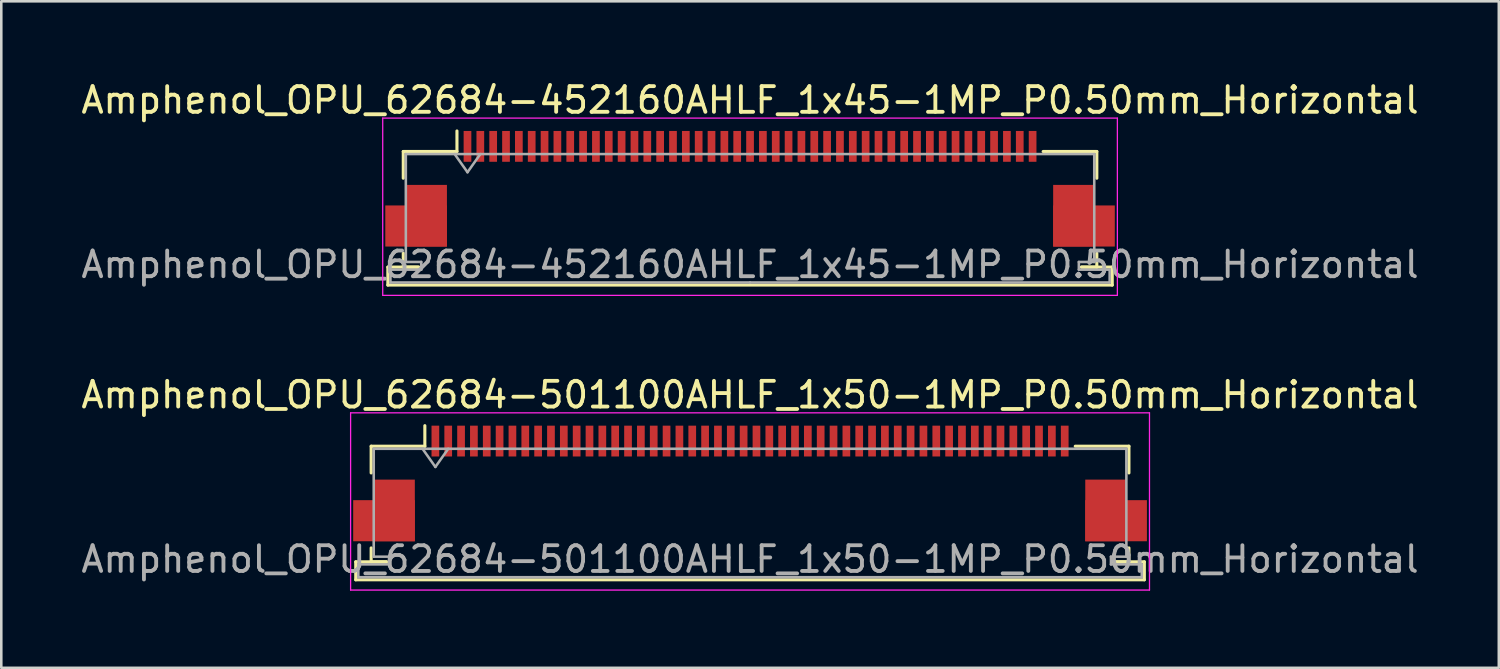
<source format=kicad_pcb>
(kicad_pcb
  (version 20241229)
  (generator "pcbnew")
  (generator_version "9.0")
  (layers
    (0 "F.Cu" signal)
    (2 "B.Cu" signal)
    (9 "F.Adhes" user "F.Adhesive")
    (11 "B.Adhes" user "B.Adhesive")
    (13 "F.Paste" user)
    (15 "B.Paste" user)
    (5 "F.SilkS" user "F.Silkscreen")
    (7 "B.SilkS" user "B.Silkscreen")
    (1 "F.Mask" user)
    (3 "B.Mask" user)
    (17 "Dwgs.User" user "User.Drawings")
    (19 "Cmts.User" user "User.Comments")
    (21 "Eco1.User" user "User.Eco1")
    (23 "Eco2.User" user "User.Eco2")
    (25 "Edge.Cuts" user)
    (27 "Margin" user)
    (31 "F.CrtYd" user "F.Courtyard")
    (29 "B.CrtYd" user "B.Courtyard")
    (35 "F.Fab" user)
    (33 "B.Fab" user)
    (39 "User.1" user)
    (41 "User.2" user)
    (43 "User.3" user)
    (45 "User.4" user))
  (footprint "Amphenol_OPU_62684-452160AHLF_1x45-1MP_P0.50mm_Horizontal"
    (layer "F.Cu")
    (at 26.149 4.298)
    (property "Reference" "Amphenol_OPU_62684-452160AHLF_1x45-1MP_P0.50mm_Horizontal" (at 0 -3.45 0) (layer "F.SilkS") (effects (font (size 1 1) (thickness 0.15))))
    (attr smd)
    (fp_line (start -14.1 3.05) (end -14.1 3.75) (stroke (width 0.12) (type solid)) (layer "F.SilkS"))
    (fp_line (start -14.1 3.75) (end 14.1 3.75) (stroke (width 0.12) (type solid)) (layer "F.SilkS"))
    (fp_line (start -13.5 -1.45) (end -13.5 -0.41) (stroke (width 0.12) (type solid)) (layer "F.SilkS"))
    (fp_line (start -13.5 2.51) (end -13.5 3.05) (stroke (width 0.12) (type solid)) (layer "F.SilkS"))
    (fp_line (start -13.5 3.05) (end -12.9 3.05) (stroke (width 0.12) (type solid)) (layer "F.SilkS"))
    (fp_line (start -12.9 3.05) (end -14.1 3.05) (stroke (width 0.12) (type solid)) (layer "F.SilkS"))
    (fp_line (start -11.41 -1.45) (end -13.5 -1.45) (stroke (width 0.12) (type solid)) (layer "F.SilkS"))
    (fp_line (start -11.41 -1.45) (end -11.41 -2.25) (stroke (width 0.12) (type solid)) (layer "F.SilkS"))
    (fp_line (start 11.41 -1.45) (end 13.5 -1.45) (stroke (width 0.12) (type solid)) (layer "F.SilkS"))
    (fp_line (start 12.9 3.05) (end 13.5 3.05) (stroke (width 0.12) (type solid)) (layer "F.SilkS"))
    (fp_line (start 13.5 -1.45) (end 13.5 -0.41) (stroke (width 0.12) (type solid)) (layer "F.SilkS"))
    (fp_line (start 13.5 3.05) (end 13.5 2.51) (stroke (width 0.12) (type solid)) (layer "F.SilkS"))
    (fp_line (start 14.1 3.05) (end 12.9 3.05) (stroke (width 0.12) (type solid)) (layer "F.SilkS"))
    (fp_line (start 14.1 3.75) (end 14.1 3.05) (stroke (width 0.12) (type solid)) (layer "F.SilkS"))
    (fp_line (start -14.3 -2.75) (end -14.3 4.15) (stroke (width 0.05) (type solid)) (layer "F.CrtYd"))
    (fp_line (start -14.3 4.15) (end 14.3 4.15) (stroke (width 0.05) (type solid)) (layer "F.CrtYd"))
    (fp_line (start 14.3 -2.75) (end -14.3 -2.75) (stroke (width 0.05) (type solid)) (layer "F.CrtYd"))
    (fp_line (start 14.3 4.15) (end 14.3 -2.75) (stroke (width 0.05) (type solid)) (layer "F.CrtYd"))
    (fp_line (start -14 3.15) (end -14 3.65) (stroke (width 0.1) (type solid)) (layer "F.Fab"))
    (fp_line (start -14 3.65) (end 0 3.65) (stroke (width 0.1) (type solid)) (layer "F.Fab"))
    (fp_line (start -13.4 -1.35) (end -13.4 2.85) (stroke (width 0.1) (type solid)) (layer "F.Fab"))
    (fp_line (start -13.4 2.85) (end -12.8 2.85) (stroke (width 0.1) (type solid)) (layer "F.Fab"))
    (fp_line (start -12.8 2.85) (end -12.8 3.15) (stroke (width 0.1) (type solid)) (layer "F.Fab"))
    (fp_line (start -12.8 3.15) (end -14 3.15) (stroke (width 0.1) (type solid)) (layer "F.Fab"))
    (fp_line (start -11.5 -1.35) (end -11 -0.643) (stroke (width 0.1) (type solid)) (layer "F.Fab"))
    (fp_line (start -11 -0.643) (end -10.5 -1.35) (stroke (width 0.1) (type solid)) (layer "F.Fab"))
    (fp_line (start 0 -1.35) (end -13.4 -1.35) (stroke (width 0.1) (type solid)) (layer "F.Fab"))
    (fp_line (start 0 -1.35) (end 13.4 -1.35) (stroke (width 0.1) (type solid)) (layer "F.Fab"))
    (fp_line (start 12.8 2.85) (end 12.8 3.15) (stroke (width 0.1) (type solid)) (layer "F.Fab"))
    (fp_line (start 12.8 3.15) (end 14 3.15) (stroke (width 0.1) (type solid)) (layer "F.Fab"))
    (fp_line (start 13.4 -1.35) (end 13.4 2.85) (stroke (width 0.1) (type solid)) (layer "F.Fab"))
    (fp_line (start 13.4 2.85) (end 12.8 2.85) (stroke (width 0.1) (type solid)) (layer "F.Fab"))
    (fp_line (start 14 3.15) (end 14 3.65) (stroke (width 0.1) (type solid)) (layer "F.Fab"))
    (fp_line (start 14 3.65) (end 0 3.65) (stroke (width 0.1) (type solid)) (layer "F.Fab"))
    (fp_text user "${REFERENCE}" (at 0 2.95 0) (layer "F.Fab") (effects (font (size 1 1) (thickness 0.15))))
    (pad "1" smd rect (at -11 -1.65) (size 0.3 1.2) (layers "F.Cu" "F.Mask" "F.Paste"))
    (pad "2" smd rect (at -10.5 -1.65) (size 0.3 1.2) (layers "F.Cu" "F.Mask" "F.Paste"))
    (pad "3" smd rect (at -10 -1.65) (size 0.3 1.2) (layers "F.Cu" "F.Mask" "F.Paste"))
    (pad "4" smd rect (at -9.5 -1.65) (size 0.3 1.2) (layers "F.Cu" "F.Mask" "F.Paste"))
    (pad "5" smd rect (at -9 -1.65) (size 0.3 1.2) (layers "F.Cu" "F.Mask" "F.Paste"))
    (pad "6" smd rect (at -8.5 -1.65) (size 0.3 1.2) (layers "F.Cu" "F.Mask" "F.Paste"))
    (pad "7" smd rect (at -8 -1.65) (size 0.3 1.2) (layers "F.Cu" "F.Mask" "F.Paste"))
    (pad "8" smd rect (at -7.5 -1.65) (size 0.3 1.2) (layers "F.Cu" "F.Mask" "F.Paste"))
    (pad "9" smd rect (at -7 -1.65) (size 0.3 1.2) (layers "F.Cu" "F.Mask" "F.Paste"))
    (pad "10" smd rect (at -6.5 -1.65) (size 0.3 1.2) (layers "F.Cu" "F.Mask" "F.Paste"))
    (pad "11" smd rect (at -6 -1.65) (size 0.3 1.2) (layers "F.Cu" "F.Mask" "F.Paste"))
    (pad "12" smd rect (at -5.5 -1.65) (size 0.3 1.2) (layers "F.Cu" "F.Mask" "F.Paste"))
    (pad "13" smd rect (at -5 -1.65) (size 0.3 1.2) (layers "F.Cu" "F.Mask" "F.Paste"))
    (pad "14" smd rect (at -4.5 -1.65) (size 0.3 1.2) (layers "F.Cu" "F.Mask" "F.Paste"))
    (pad "15" smd rect (at -4 -1.65) (size 0.3 1.2) (layers "F.Cu" "F.Mask" "F.Paste"))
    (pad "16" smd rect (at -3.5 -1.65) (size 0.3 1.2) (layers "F.Cu" "F.Mask" "F.Paste"))
    (pad "17" smd rect (at -3 -1.65) (size 0.3 1.2) (layers "F.Cu" "F.Mask" "F.Paste"))
    (pad "18" smd rect (at -2.5 -1.65) (size 0.3 1.2) (layers "F.Cu" "F.Mask" "F.Paste"))
    (pad "19" smd rect (at -2 -1.65) (size 0.3 1.2) (layers "F.Cu" "F.Mask" "F.Paste"))
    (pad "20" smd rect (at -1.5 -1.65) (size 0.3 1.2) (layers "F.Cu" "F.Mask" "F.Paste"))
    (pad "21" smd rect (at -1 -1.65) (size 0.3 1.2) (layers "F.Cu" "F.Mask" "F.Paste"))
    (pad "22" smd rect (at -0.5 -1.65) (size 0.3 1.2) (layers "F.Cu" "F.Mask" "F.Paste"))
    (pad "23" smd rect (at 0 -1.65) (size 0.3 1.2) (layers "F.Cu" "F.Mask" "F.Paste"))
    (pad "24" smd rect (at 0.5 -1.65) (size 0.3 1.2) (layers "F.Cu" "F.Mask" "F.Paste"))
    (pad "25" smd rect (at 1 -1.65) (size 0.3 1.2) (layers "F.Cu" "F.Mask" "F.Paste"))
    (pad "26" smd rect (at 1.5 -1.65) (size 0.3 1.2) (layers "F.Cu" "F.Mask" "F.Paste"))
    (pad "27" smd rect (at 2 -1.65) (size 0.3 1.2) (layers "F.Cu" "F.Mask" "F.Paste"))
    (pad "28" smd rect (at 2.5 -1.65) (size 0.3 1.2) (layers "F.Cu" "F.Mask" "F.Paste"))
    (pad "29" smd rect (at 3 -1.65) (size 0.3 1.2) (layers "F.Cu" "F.Mask" "F.Paste"))
    (pad "30" smd rect (at 3.5 -1.65) (size 0.3 1.2) (layers "F.Cu" "F.Mask" "F.Paste"))
    (pad "31" smd rect (at 4 -1.65) (size 0.3 1.2) (layers "F.Cu" "F.Mask" "F.Paste"))
    (pad "32" smd rect (at 4.5 -1.65) (size 0.3 1.2) (layers "F.Cu" "F.Mask" "F.Paste"))
    (pad "33" smd rect (at 5 -1.65) (size 0.3 1.2) (layers "F.Cu" "F.Mask" "F.Paste"))
    (pad "34" smd rect (at 5.5 -1.65) (size 0.3 1.2) (layers "F.Cu" "F.Mask" "F.Paste"))
    (pad "35" smd rect (at 6 -1.65) (size 0.3 1.2) (layers "F.Cu" "F.Mask" "F.Paste"))
    (pad "36" smd rect (at 6.5 -1.65) (size 0.3 1.2) (layers "F.Cu" "F.Mask" "F.Paste"))
    (pad "37" smd rect (at 7 -1.65) (size 0.3 1.2) (layers "F.Cu" "F.Mask" "F.Paste"))
    (pad "38" smd rect (at 7.5 -1.65) (size 0.3 1.2) (layers "F.Cu" "F.Mask" "F.Paste"))
    (pad "39" smd rect (at 8 -1.65) (size 0.3 1.2) (layers "F.Cu" "F.Mask" "F.Paste"))
    (pad "40" smd rect (at 8.5 -1.65) (size 0.3 1.2) (layers "F.Cu" "F.Mask" "F.Paste"))
    (pad "41" smd rect (at 9 -1.65) (size 0.3 1.2) (layers "F.Cu" "F.Mask" "F.Paste"))
    (pad "42" smd rect (at 9.5 -1.65) (size 0.3 1.2) (layers "F.Cu" "F.Mask" "F.Paste"))
    (pad "43" smd rect (at 10 -1.65) (size 0.3 1.2) (layers "F.Cu" "F.Mask" "F.Paste"))
    (pad "44" smd rect (at 10.5 -1.65) (size 0.3 1.2) (layers "F.Cu" "F.Mask" "F.Paste"))
    (pad "45" smd rect (at 11 -1.65) (size 0.3 1.2) (layers "F.Cu" "F.Mask" "F.Paste"))
    (pad "MP" smd rect (at -13 1.45) (size 2.4 1.6) (layers "F.Cu" "F.Mask" "F.Paste"))
    (pad "MP" smd rect (at -12.6 1.05) (size 1.6 2.4) (layers "F.Cu" "F.Mask" "F.Paste"))
    (pad "MP" smd rect (at 12.6 1.05) (size 1.6 2.4) (layers "F.Cu" "F.Mask" "F.Paste"))
    (pad "MP" smd rect (at 13 1.45) (size 2.4 1.6) (layers "F.Cu" "F.Mask" "F.Paste")))
  (footprint "Amphenol_OPU_62684-501100AHLF_1x50-1MP_P0.50mm_Horizontal"
    (layer "F.Cu")
    (at 26.149 15.771)
    (property "Reference" "Amphenol_OPU_62684-501100AHLF_1x50-1MP_P0.50mm_Horizontal" (at 0 -3.45 0) (layer "F.SilkS") (effects (font (size 1 1) (thickness 0.15))))
    (attr smd)
    (fp_line (start -15.35 3.05) (end -15.35 3.75) (stroke (width 0.12) (type solid)) (layer "F.SilkS"))
    (fp_line (start -15.35 3.75) (end 15.35 3.75) (stroke (width 0.12) (type solid)) (layer "F.SilkS"))
    (fp_line (start -14.75 -1.45) (end -14.75 -0.41) (stroke (width 0.12) (type solid)) (layer "F.SilkS"))
    (fp_line (start -14.75 2.51) (end -14.75 3.05) (stroke (width 0.12) (type solid)) (layer "F.SilkS"))
    (fp_line (start -14.75 3.05) (end -14.15 3.05) (stroke (width 0.12) (type solid)) (layer "F.SilkS"))
    (fp_line (start -14.15 3.05) (end -15.35 3.05) (stroke (width 0.12) (type solid)) (layer "F.SilkS"))
    (fp_line (start -12.66 -1.45) (end -14.75 -1.45) (stroke (width 0.12) (type solid)) (layer "F.SilkS"))
    (fp_line (start -12.66 -1.45) (end -12.66 -2.25) (stroke (width 0.12) (type solid)) (layer "F.SilkS"))
    (fp_line (start 12.66 -1.45) (end 14.75 -1.45) (stroke (width 0.12) (type solid)) (layer "F.SilkS"))
    (fp_line (start 14.15 3.05) (end 14.75 3.05) (stroke (width 0.12) (type solid)) (layer "F.SilkS"))
    (fp_line (start 14.75 -1.45) (end 14.75 -0.41) (stroke (width 0.12) (type solid)) (layer "F.SilkS"))
    (fp_line (start 14.75 3.05) (end 14.75 2.51) (stroke (width 0.12) (type solid)) (layer "F.SilkS"))
    (fp_line (start 15.35 3.05) (end 14.15 3.05) (stroke (width 0.12) (type solid)) (layer "F.SilkS"))
    (fp_line (start 15.35 3.75) (end 15.35 3.05) (stroke (width 0.12) (type solid)) (layer "F.SilkS"))
    (fp_line (start -15.55 -2.75) (end -15.55 4.15) (stroke (width 0.05) (type solid)) (layer "F.CrtYd"))
    (fp_line (start -15.55 4.15) (end 15.55 4.15) (stroke (width 0.05) (type solid)) (layer "F.CrtYd"))
    (fp_line (start 15.55 -2.75) (end -15.55 -2.75) (stroke (width 0.05) (type solid)) (layer "F.CrtYd"))
    (fp_line (start 15.55 4.15) (end 15.55 -2.75) (stroke (width 0.05) (type solid)) (layer "F.CrtYd"))
    (fp_line (start -15.25 3.15) (end -15.25 3.65) (stroke (width 0.1) (type solid)) (layer "F.Fab"))
    (fp_line (start -15.25 3.65) (end 0 3.65) (stroke (width 0.1) (type solid)) (layer "F.Fab"))
    (fp_line (start -14.65 -1.35) (end -14.65 2.85) (stroke (width 0.1) (type solid)) (layer "F.Fab"))
    (fp_line (start -14.65 2.85) (end -14.05 2.85) (stroke (width 0.1) (type solid)) (layer "F.Fab"))
    (fp_line (start -14.05 2.85) (end -14.05 3.15) (stroke (width 0.1) (type solid)) (layer "F.Fab"))
    (fp_line (start -14.05 3.15) (end -15.25 3.15) (stroke (width 0.1) (type solid)) (layer "F.Fab"))
    (fp_line (start -12.75 -1.35) (end -12.25 -0.643) (stroke (width 0.1) (type solid)) (layer "F.Fab"))
    (fp_line (start -12.25 -0.643) (end -11.75 -1.35) (stroke (width 0.1) (type solid)) (layer "F.Fab"))
    (fp_line (start 0 -1.35) (end -14.65 -1.35) (stroke (width 0.1) (type solid)) (layer "F.Fab"))
    (fp_line (start 0 -1.35) (end 14.65 -1.35) (stroke (width 0.1) (type solid)) (layer "F.Fab"))
    (fp_line (start 14.05 2.85) (end 14.05 3.15) (stroke (width 0.1) (type solid)) (layer "F.Fab"))
    (fp_line (start 14.05 3.15) (end 15.25 3.15) (stroke (width 0.1) (type solid)) (layer "F.Fab"))
    (fp_line (start 14.65 -1.35) (end 14.65 2.85) (stroke (width 0.1) (type solid)) (layer "F.Fab"))
    (fp_line (start 14.65 2.85) (end 14.05 2.85) (stroke (width 0.1) (type solid)) (layer "F.Fab"))
    (fp_line (start 15.25 3.15) (end 15.25 3.65) (stroke (width 0.1) (type solid)) (layer "F.Fab"))
    (fp_line (start 15.25 3.65) (end 0 3.65) (stroke (width 0.1) (type solid)) (layer "F.Fab"))
    (fp_text user "${REFERENCE}" (at 0 2.95 0) (layer "F.Fab") (effects (font (size 1 1) (thickness 0.15))))
    (pad "1" smd rect (at -12.25 -1.65) (size 0.3 1.2) (layers "F.Cu" "F.Mask" "F.Paste"))
    (pad "2" smd rect (at -11.75 -1.65) (size 0.3 1.2) (layers "F.Cu" "F.Mask" "F.Paste"))
    (pad "3" smd rect (at -11.25 -1.65) (size 0.3 1.2) (layers "F.Cu" "F.Mask" "F.Paste"))
    (pad "4" smd rect (at -10.75 -1.65) (size 0.3 1.2) (layers "F.Cu" "F.Mask" "F.Paste"))
    (pad "5" smd rect (at -10.25 -1.65) (size 0.3 1.2) (layers "F.Cu" "F.Mask" "F.Paste"))
    (pad "6" smd rect (at -9.75 -1.65) (size 0.3 1.2) (layers "F.Cu" "F.Mask" "F.Paste"))
    (pad "7" smd rect (at -9.25 -1.65) (size 0.3 1.2) (layers "F.Cu" "F.Mask" "F.Paste"))
    (pad "8" smd rect (at -8.75 -1.65) (size 0.3 1.2) (layers "F.Cu" "F.Mask" "F.Paste"))
    (pad "9" smd rect (at -8.25 -1.65) (size 0.3 1.2) (layers "F.Cu" "F.Mask" "F.Paste"))
    (pad "10" smd rect (at -7.75 -1.65) (size 0.3 1.2) (layers "F.Cu" "F.Mask" "F.Paste"))
    (pad "11" smd rect (at -7.25 -1.65) (size 0.3 1.2) (layers "F.Cu" "F.Mask" "F.Paste"))
    (pad "12" smd rect (at -6.75 -1.65) (size 0.3 1.2) (layers "F.Cu" "F.Mask" "F.Paste"))
    (pad "13" smd rect (at -6.25 -1.65) (size 0.3 1.2) (layers "F.Cu" "F.Mask" "F.Paste"))
    (pad "14" smd rect (at -5.75 -1.65) (size 0.3 1.2) (layers "F.Cu" "F.Mask" "F.Paste"))
    (pad "15" smd rect (at -5.25 -1.65) (size 0.3 1.2) (layers "F.Cu" "F.Mask" "F.Paste"))
    (pad "16" smd rect (at -4.75 -1.65) (size 0.3 1.2) (layers "F.Cu" "F.Mask" "F.Paste"))
    (pad "17" smd rect (at -4.25 -1.65) (size 0.3 1.2) (layers "F.Cu" "F.Mask" "F.Paste"))
    (pad "18" smd rect (at -3.75 -1.65) (size 0.3 1.2) (layers "F.Cu" "F.Mask" "F.Paste"))
    (pad "19" smd rect (at -3.25 -1.65) (size 0.3 1.2) (layers "F.Cu" "F.Mask" "F.Paste"))
    (pad "20" smd rect (at -2.75 -1.65) (size 0.3 1.2) (layers "F.Cu" "F.Mask" "F.Paste"))
    (pad "21" smd rect (at -2.25 -1.65) (size 0.3 1.2) (layers "F.Cu" "F.Mask" "F.Paste"))
    (pad "22" smd rect (at -1.75 -1.65) (size 0.3 1.2) (layers "F.Cu" "F.Mask" "F.Paste"))
    (pad "23" smd rect (at -1.25 -1.65) (size 0.3 1.2) (layers "F.Cu" "F.Mask" "F.Paste"))
    (pad "24" smd rect (at -0.75 -1.65) (size 0.3 1.2) (layers "F.Cu" "F.Mask" "F.Paste"))
    (pad "25" smd rect (at -0.25 -1.65) (size 0.3 1.2) (layers "F.Cu" "F.Mask" "F.Paste"))
    (pad "26" smd rect (at 0.25 -1.65) (size 0.3 1.2) (layers "F.Cu" "F.Mask" "F.Paste"))
    (pad "27" smd rect (at 0.75 -1.65) (size 0.3 1.2) (layers "F.Cu" "F.Mask" "F.Paste"))
    (pad "28" smd rect (at 1.25 -1.65) (size 0.3 1.2) (layers "F.Cu" "F.Mask" "F.Paste"))
    (pad "29" smd rect (at 1.75 -1.65) (size 0.3 1.2) (layers "F.Cu" "F.Mask" "F.Paste"))
    (pad "30" smd rect (at 2.25 -1.65) (size 0.3 1.2) (layers "F.Cu" "F.Mask" "F.Paste"))
    (pad "31" smd rect (at 2.75 -1.65) (size 0.3 1.2) (layers "F.Cu" "F.Mask" "F.Paste"))
    (pad "32" smd rect (at 3.25 -1.65) (size 0.3 1.2) (layers "F.Cu" "F.Mask" "F.Paste"))
    (pad "33" smd rect (at 3.75 -1.65) (size 0.3 1.2) (layers "F.Cu" "F.Mask" "F.Paste"))
    (pad "34" smd rect (at 4.25 -1.65) (size 0.3 1.2) (layers "F.Cu" "F.Mask" "F.Paste"))
    (pad "35" smd rect (at 4.75 -1.65) (size 0.3 1.2) (layers "F.Cu" "F.Mask" "F.Paste"))
    (pad "36" smd rect (at 5.25 -1.65) (size 0.3 1.2) (layers "F.Cu" "F.Mask" "F.Paste"))
    (pad "37" smd rect (at 5.75 -1.65) (size 0.3 1.2) (layers "F.Cu" "F.Mask" "F.Paste"))
    (pad "38" smd rect (at 6.25 -1.65) (size 0.3 1.2) (layers "F.Cu" "F.Mask" "F.Paste"))
    (pad "39" smd rect (at 6.75 -1.65) (size 0.3 1.2) (layers "F.Cu" "F.Mask" "F.Paste"))
    (pad "40" smd rect (at 7.25 -1.65) (size 0.3 1.2) (layers "F.Cu" "F.Mask" "F.Paste"))
    (pad "41" smd rect (at 7.75 -1.65) (size 0.3 1.2) (layers "F.Cu" "F.Mask" "F.Paste"))
    (pad "42" smd rect (at 8.25 -1.65) (size 0.3 1.2) (layers "F.Cu" "F.Mask" "F.Paste"))
    (pad "43" smd rect (at 8.75 -1.65) (size 0.3 1.2) (layers "F.Cu" "F.Mask" "F.Paste"))
    (pad "44" smd rect (at 9.25 -1.65) (size 0.3 1.2) (layers "F.Cu" "F.Mask" "F.Paste"))
    (pad "45" smd rect (at 9.75 -1.65) (size 0.3 1.2) (layers "F.Cu" "F.Mask" "F.Paste"))
    (pad "46" smd rect (at 10.25 -1.65) (size 0.3 1.2) (layers "F.Cu" "F.Mask" "F.Paste"))
    (pad "47" smd rect (at 10.75 -1.65) (size 0.3 1.2) (layers "F.Cu" "F.Mask" "F.Paste"))
    (pad "48" smd rect (at 11.25 -1.65) (size 0.3 1.2) (layers "F.Cu" "F.Mask" "F.Paste"))
    (pad "49" smd rect (at 11.75 -1.65) (size 0.3 1.2) (layers "F.Cu" "F.Mask" "F.Paste"))
    (pad "50" smd rect (at 12.25 -1.65) (size 0.3 1.2) (layers "F.Cu" "F.Mask" "F.Paste"))
    (pad "MP" smd rect (at -14.25 1.45) (size 2.4 1.6) (layers "F.Cu" "F.Mask" "F.Paste"))
    (pad "MP" smd rect (at -13.85 1.05) (size 1.6 2.4) (layers "F.Cu" "F.Mask" "F.Paste"))
    (pad "MP" smd rect (at 13.85 1.05) (size 1.6 2.4) (layers "F.Cu" "F.Mask" "F.Paste"))
    (pad "MP" smd rect (at 14.25 1.45) (size 2.4 1.6) (layers "F.Cu" "F.Mask" "F.Paste")))
  (gr_rect
    (start -3 -3)
    (end 55.298 22.947)
    (stroke (width 0.1) (type default))
    (fill no)
    (layer "Edge.Cuts")))
</source>
